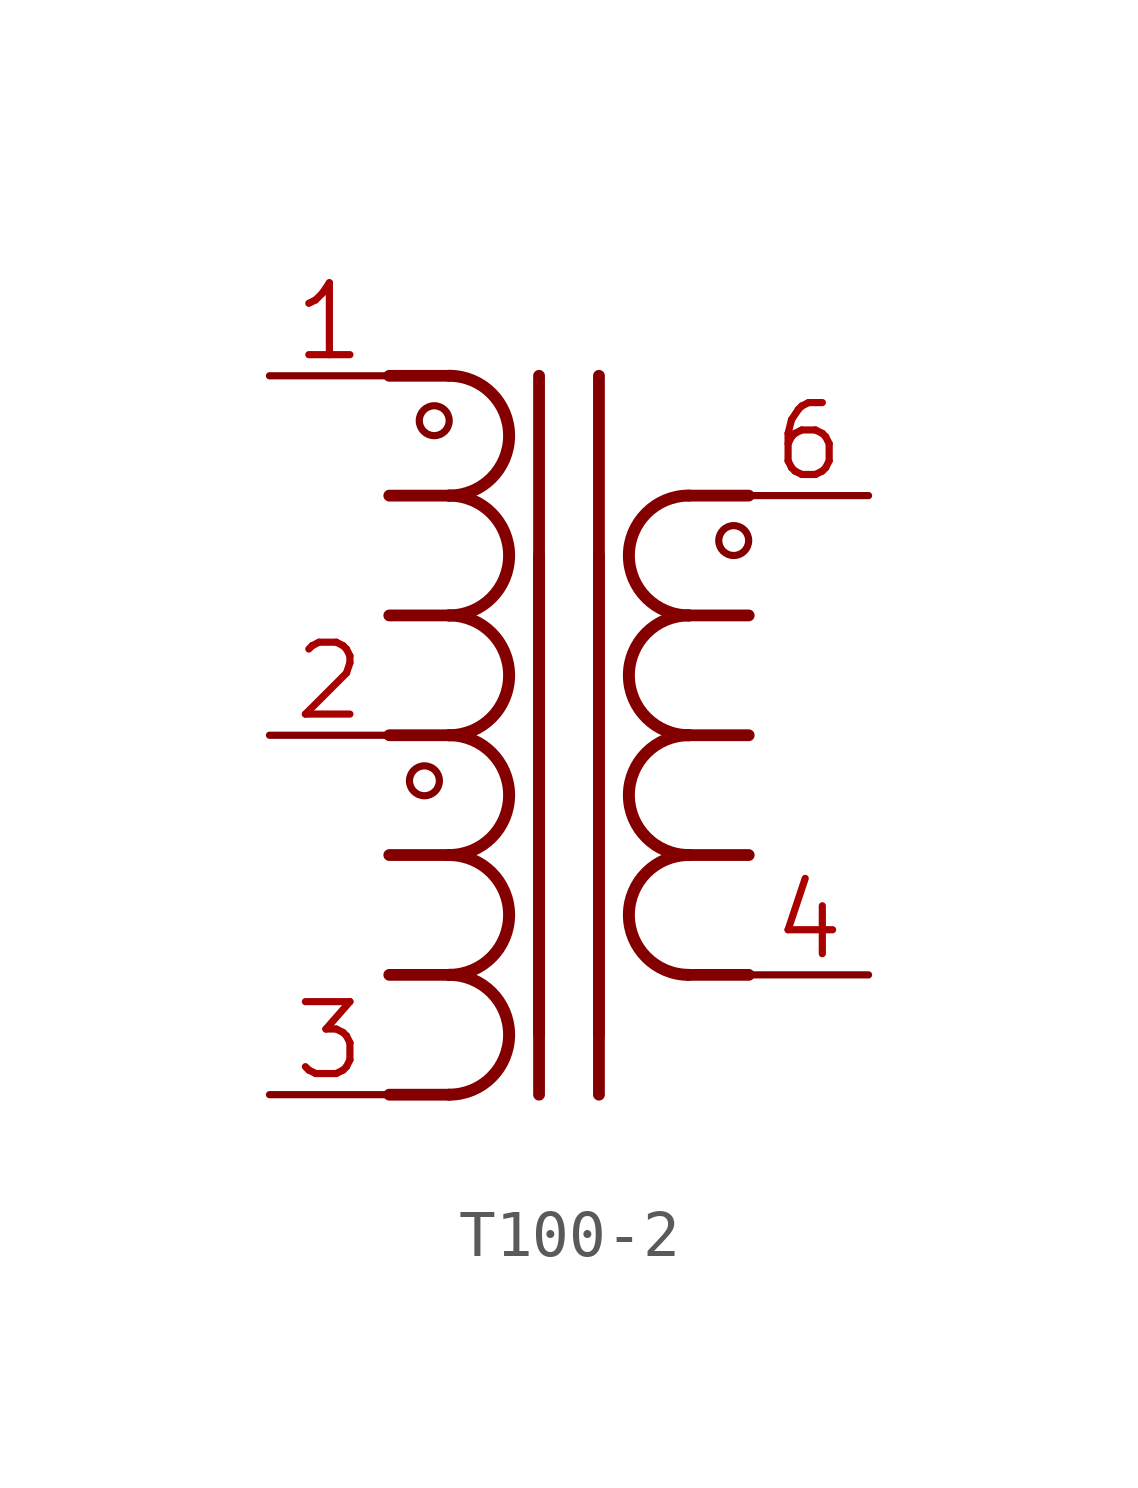
<source format=kicad_sym>
(kicad_symbol_lib
  (version 20241209)
  (generator "kicad_symbol_editor")
  (generator_version "9.0")
  (symbol "T100-2"
    (property "Reference" "T"
      (at 0 0 0)
      (effects (font (size 1.27 1.27)) (hide yes)))
    (property "ki_locked" ""
      (at 0 0 0)
      (effects (font (size 1.27 1.27))))
    (symbol "T100-2_1_0"
      (polyline (pts (xy -3.81 7.62) (xy -2.54 7.62)) (stroke (width 0.25) (type solid)) (fill (type none)))
      (polyline (pts (xy -3.81 5.08) (xy -2.54 5.08)) (stroke (width 0.25) (type solid)) (fill (type none)))
      (polyline (pts (xy -3.81 2.54) (xy -2.54 2.54)) (stroke (width 0.25) (type solid)) (fill (type none)))
      (polyline (pts (xy -3.81 0) (xy -2.54 0)) (stroke (width 0.25) (type solid)) (fill (type none)))
      (polyline (pts (xy -3.81 -2.54) (xy -2.54 -2.54)) (stroke (width 0.25) (type solid)) (fill (type none)))
      (polyline (pts (xy -3.81 -5.08) (xy -2.54 -5.08)) (stroke (width 0.25) (type solid)) (fill (type none)))
      (polyline (pts (xy -3.81 -7.62) (xy -2.54 -7.62)) (stroke (width 0.25) (type solid)) (fill (type none)))
      (circle (center -3.065 -0.966) (radius 0.317) (stroke (width 0) (type solid)) (fill (type none)))
      (circle (center -2.857 6.668) (radius 0.317) (stroke (width 0) (type solid)) (fill (type none)))
      (arc (start -2.5399 7.62) (mid -1.2701 6.35) (end -2.54 5.08) (stroke (width 0.254) (type solid)) (fill (type none)))
      (arc (start -2.5399 5.08) (mid -1.2701 3.81) (end -2.54 2.54) (stroke (width 0.254) (type solid)) (fill (type none)))
      (arc (start -2.5399 2.54) (mid -1.2701 1.27) (end -2.54 0) (stroke (width 0.254) (type solid)) (fill (type none)))
      (arc (start -2.5399 0) (mid -1.2701 -1.27) (end -2.54 -2.54) (stroke (width 0.254) (type solid)) (fill (type none)))
      (arc (start -2.5399 -2.54) (mid -1.2701 -3.81) (end -2.54 -5.08) (stroke (width 0.254) (type solid)) (fill (type none)))
      (arc (start -2.5399 -5.08) (mid -1.2701 -6.35) (end -2.54 -7.62) (stroke (width 0.254) (type solid)) (fill (type none)))
      (polyline (pts (xy -0.635 7.62) (xy -0.635 -6.35)) (stroke (width 0.25) (type solid)) (fill (type none)))
      (polyline (pts (xy -0.635 3.81) (xy -0.635 -7.62)) (stroke (width 0.25) (type solid)) (fill (type none)))
      (polyline (pts (xy 0.635 7.62) (xy 0.635 -6.35)) (stroke (width 0.25) (type solid)) (fill (type none)))
      (polyline (pts (xy 0.635 3.81) (xy 0.635 -7.62)) (stroke (width 0.25) (type solid)) (fill (type none)))
      (arc (start 2.5399 2.54) (mid 1.2698 3.81) (end 2.54 5.08) (stroke (width 0.254) (type solid)) (fill (type none)))
      (arc (start 2.5399 0) (mid 1.2698 1.27) (end 2.54 2.54) (stroke (width 0.254) (type solid)) (fill (type none)))
      (arc (start 2.5399 -2.54) (mid 1.2698 -1.27) (end 2.54 0) (stroke (width 0.254) (type solid)) (fill (type none)))
      (arc (start 2.5399 -5.08) (mid 1.2698 -3.81) (end 2.54 -2.54) (stroke (width 0.254) (type solid)) (fill (type none)))
      (polyline (pts (xy 2.54 5.08) (xy 3.81 5.08)) (stroke (width 0.25) (type solid)) (fill (type none)))
      (polyline (pts (xy 2.54 2.54) (xy 3.81 2.54)) (stroke (width 0.25) (type solid)) (fill (type none)))
      (polyline (pts (xy 2.54 0) (xy 3.81 0)) (stroke (width 0.25) (type solid)) (fill (type none)))
      (polyline (pts (xy 2.54 -2.54) (xy 3.81 -2.54)) (stroke (width 0.25) (type solid)) (fill (type none)))
      (polyline (pts (xy 2.54 -5.08) (xy 3.81 -5.08)) (stroke (width 0.25) (type solid)) (fill (type none)))
      (circle (center 3.492 4.127) (radius 0.317) (stroke (width 0) (type solid)) (fill (type none)))
      (pin passive line (at -6.35 7.62 0) (length 2.54) (name "1" (effects (font (size 0 0)))) (number "1" (effects (font (size 1.524 1.524)))))
      (pin passive line (at -6.35 0 0) (length 2.54) (name "3" (effects (font (size 0 0)))) (number "2" (effects (font (size 1.524 1.524)))))
      (pin passive line (at -6.35 -7.62 0) (length 2.54) (name "5" (effects (font (size 0 0)))) (number "3" (effects (font (size 1.524 1.524)))))
      (pin passive line (at 6.35 5.08 180) (length 2.54) (name "2" (effects (font (size 0 0)))) (number "6" (effects (font (size 1.524 1.524)))))
      (pin passive line (at 6.35 -5.08 180) (length 2.54) (name "6" (effects (font (size 0 0)))) (number "4" (effects (font (size 1.524 1.524))))))))
</source>
